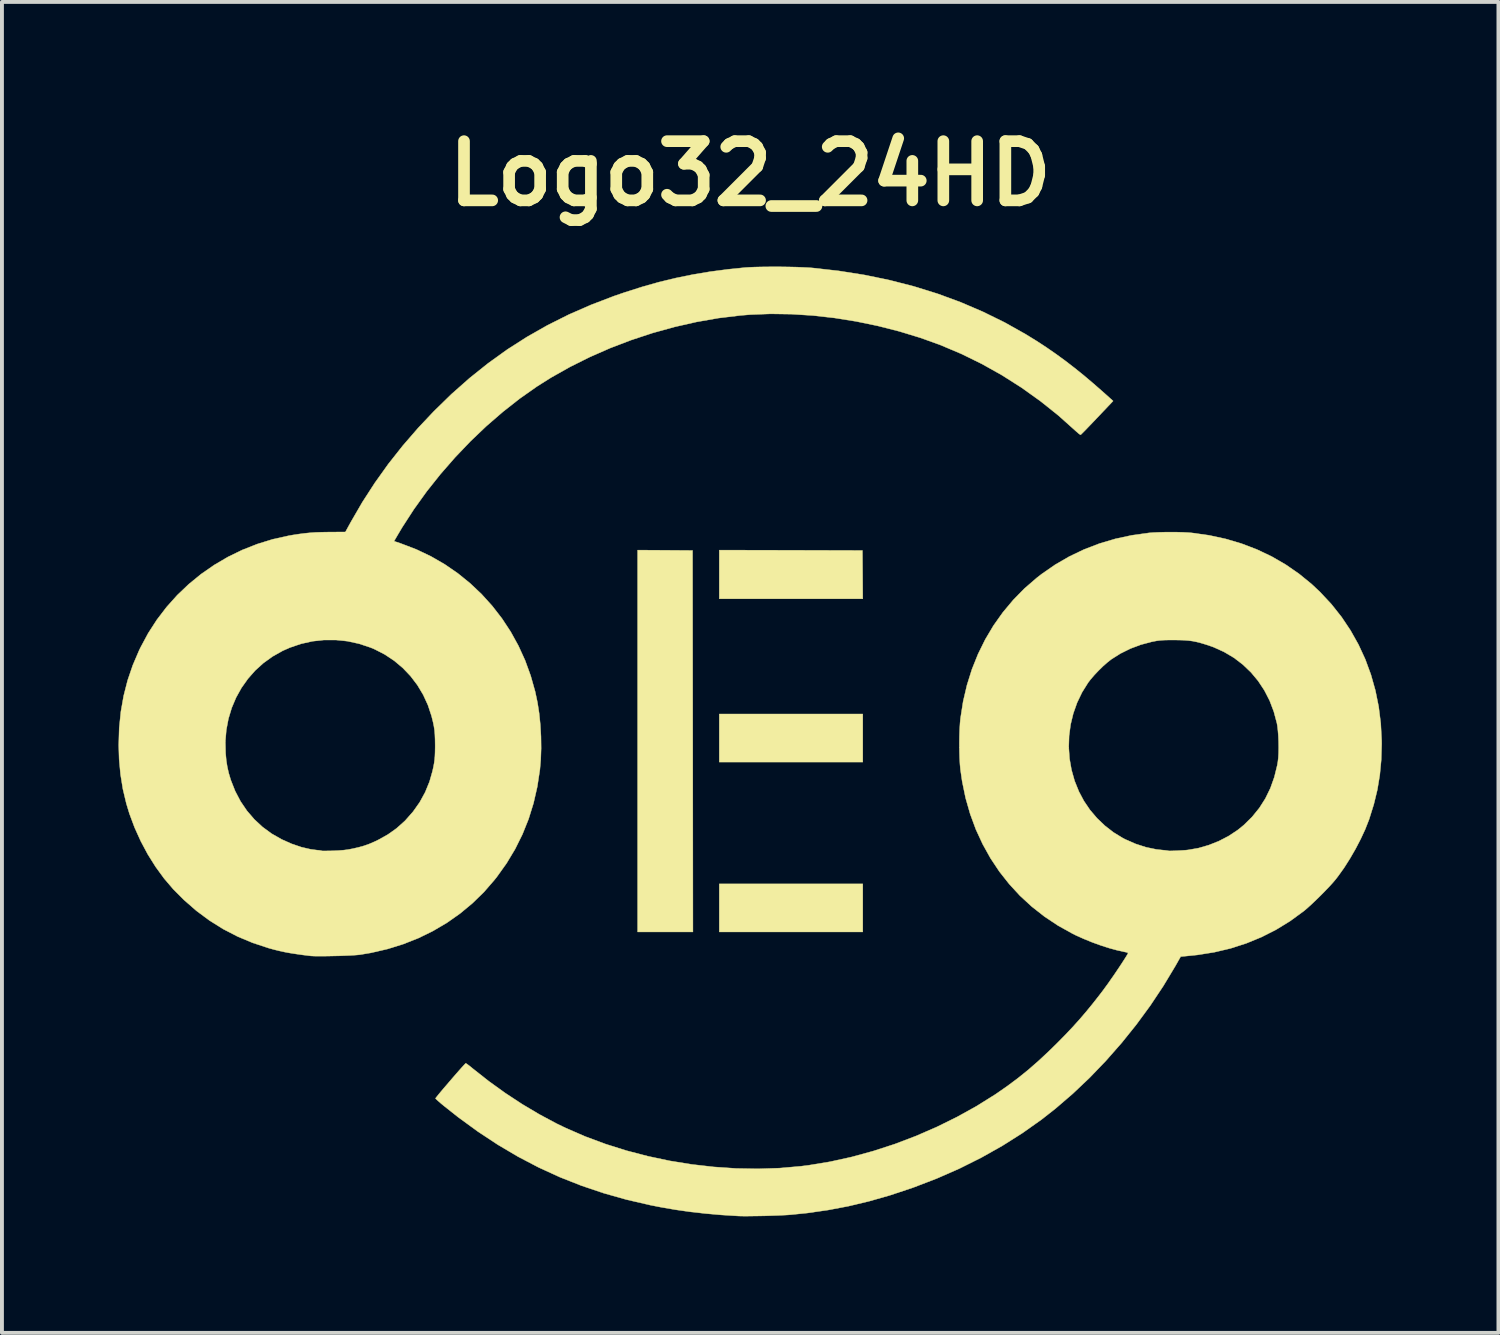
<source format=kicad_pcb>
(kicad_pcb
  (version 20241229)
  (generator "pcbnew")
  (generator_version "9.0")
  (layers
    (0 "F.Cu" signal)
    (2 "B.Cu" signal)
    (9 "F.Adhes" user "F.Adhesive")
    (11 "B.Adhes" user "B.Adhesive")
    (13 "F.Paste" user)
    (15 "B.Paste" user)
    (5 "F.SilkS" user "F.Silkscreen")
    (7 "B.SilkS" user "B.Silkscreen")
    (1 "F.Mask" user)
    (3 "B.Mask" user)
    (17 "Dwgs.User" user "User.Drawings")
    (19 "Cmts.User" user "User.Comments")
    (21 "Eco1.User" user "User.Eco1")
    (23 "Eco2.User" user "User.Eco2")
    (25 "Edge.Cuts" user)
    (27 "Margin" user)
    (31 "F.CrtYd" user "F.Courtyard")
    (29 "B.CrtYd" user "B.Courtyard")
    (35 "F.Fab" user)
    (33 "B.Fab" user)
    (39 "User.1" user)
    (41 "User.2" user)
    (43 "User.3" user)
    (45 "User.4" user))
  (footprint "Logo32_24HD"
    (layer "F.Cu")
    (at 16.259 16.023)
    (property "Reference" "Logo32_24HD" (at 0 -14.605 0) (layer "F.SilkS") (effects (font (size 1.524 1.524) (thickness 0.3))))
    (attr through_hole)
    (fp_poly (pts (xy 2.898 0.542) (xy -0.796 0.542) (xy -0.796 -0.695) (xy 2.898 -0.695) (xy 2.898 0.542)) (stroke (width 0.01) (type solid)) (fill yes) (layer "F.SilkS"))
    (fp_poly (pts (xy 2.898 4.914) (xy -0.796 4.914) (xy -0.796 3.677) (xy 2.898 3.677) (xy 2.898 4.914)) (stroke (width 0.01) (type solid)) (fill yes) (layer "F.SilkS"))
    (fp_poly (pts (xy -2.19 -4.91) (xy -1.483 -4.905) (xy -1.478 0.004) (xy -1.474 4.914) (xy -2.898 4.914) (xy -2.898 -4.914) (xy -2.19 -4.91)) (stroke (width 0.01) (type solid)) (fill yes) (layer "F.SilkS"))
    (fp_poly (pts (xy 1.046 -4.91) (xy 2.889 -4.905) (xy 2.894 -4.283) (xy 2.898 -3.66) (xy -0.796 -3.66) (xy -0.796 -4.914) (xy 1.046 -4.91)) (stroke (width 0.01) (type solid)) (fill yes) (layer "F.SilkS"))
    (fp_poly (pts (xy 0.829 -12.205) (xy 1.017 -12.202) (xy 1.196 -12.198) (xy 1.361 -12.191) (xy 1.505 -12.184) (xy 1.601 -12.177) (xy 2.277 -12.101) (xy 2.937 -11.997) (xy 3.582 -11.864) (xy 4.21 -11.703) (xy 4.822 -11.513) (xy 5.415 -11.295) (xy 5.991 -11.048) (xy 6.549 -10.774) (xy 7.087 -10.472) (xy 7.366 -10.3) (xy 7.619 -10.135) (xy 7.863 -9.966) (xy 8.104 -9.791) (xy 8.344 -9.606) (xy 8.59 -9.408) (xy 8.846 -9.191) (xy 9.116 -8.954) (xy 9.25 -8.834) (xy 9.341 -8.752) (xy 8.931 -8.32) (xy 8.835 -8.219) (xy 8.746 -8.126) (xy 8.667 -8.044) (xy 8.601 -7.976) (xy 8.55 -7.925) (xy 8.517 -7.892) (xy 8.505 -7.882) (xy 8.487 -7.89) (xy 8.45 -7.917) (xy 8.403 -7.958) (xy 8.383 -7.976) (xy 7.936 -8.376) (xy 7.469 -8.749) (xy 6.984 -9.096) (xy 6.482 -9.415) (xy 5.965 -9.705) (xy 5.435 -9.965) (xy 4.894 -10.194) (xy 4.38 -10.379) (xy 3.835 -10.545) (xy 3.281 -10.686) (xy 2.724 -10.801) (xy 2.167 -10.89) (xy 1.612 -10.952) (xy 1.064 -10.987) (xy 0.526 -10.995) (xy 0.000252 -10.975) (xy -0.254 -10.954) (xy -0.816 -10.886) (xy -1.381 -10.787) (xy -1.945 -10.659) (xy -2.506 -10.504) (xy -3.059 -10.322) (xy -3.601 -10.115) (xy -4.128 -9.884) (xy -4.637 -9.63) (xy -5.125 -9.355) (xy -5.49 -9.125) (xy -5.932 -8.814) (xy -6.366 -8.473) (xy -6.791 -8.105) (xy -7.202 -7.713) (xy -7.597 -7.299) (xy -7.973 -6.868) (xy -8.327 -6.423) (xy -8.656 -5.965) (xy -8.957 -5.5) (xy -9.068 -5.313) (xy -9.167 -5.144) (xy -8.985 -5.082) (xy -8.593 -4.932) (xy -8.219 -4.754) (xy -7.862 -4.548) (xy -7.525 -4.316) (xy -7.208 -4.059) (xy -6.912 -3.779) (xy -6.639 -3.477) (xy -6.389 -3.154) (xy -6.164 -2.812) (xy -5.965 -2.451) (xy -5.793 -2.074) (xy -5.65 -1.681) (xy -5.535 -1.274) (xy -5.475 -0.991) (xy -5.432 -0.715) (xy -5.402 -0.42) (xy -5.385 -0.116) (xy -5.381 0.188) (xy -5.391 0.48) (xy -5.413 0.737) (xy -5.48 1.176) (xy -5.577 1.6) (xy -5.704 2.008) (xy -5.862 2.401) (xy -6.05 2.78) (xy -6.268 3.143) (xy -6.517 3.492) (xy -6.581 3.573) (xy -6.854 3.888) (xy -7.151 4.177) (xy -7.468 4.44) (xy -7.806 4.678) (xy -8.163 4.888) (xy -8.538 5.072) (xy -8.93 5.227) (xy -9.338 5.354) (xy -9.762 5.452) (xy -10.048 5.5) (xy -10.111 5.506) (xy -10.201 5.513) (xy -10.312 5.519) (xy -10.438 5.524) (xy -10.575 5.529) (xy -10.715 5.532) (xy -10.854 5.535) (xy -10.986 5.537) (xy -11.105 5.537) (xy -11.205 5.536) (xy -11.282 5.533) (xy -11.319 5.53) (xy -11.521 5.505) (xy -11.696 5.48) (xy -11.85 5.456) (xy -11.99 5.43) (xy -12.121 5.401) (xy -12.251 5.369) (xy -12.386 5.332) (xy -12.403 5.327) (xy -12.808 5.193) (xy -13.195 5.031) (xy -13.564 4.84) (xy -13.916 4.62) (xy -14.252 4.371) (xy -14.572 4.092) (xy -14.85 3.813) (xy -15.084 3.539) (xy -15.303 3.239) (xy -15.505 2.917) (xy -15.686 2.578) (xy -15.845 2.226) (xy -15.979 1.867) (xy -16.057 1.61) (xy -16.146 1.237) (xy -16.207 0.859) (xy -16.243 0.469) (xy -16.254 0.102) (xy -16.251 0.012) (xy -13.509 0.012) (xy -13.502 0.313) (xy -13.485 0.498) (xy -13.459 0.663) (xy -13.423 0.823) (xy -13.373 0.99) (xy -13.367 1.008) (xy -13.256 1.289) (xy -13.118 1.552) (xy -12.954 1.794) (xy -12.765 2.014) (xy -12.553 2.211) (xy -12.318 2.384) (xy -12.062 2.53) (xy -12.056 2.533) (xy -11.802 2.646) (xy -11.553 2.731) (xy -11.312 2.787) (xy -11.15 2.808) (xy -11.092 2.813) (xy -11.049 2.82) (xy -11.031 2.825) (xy -11.012 2.828) (xy -10.965 2.829) (xy -10.895 2.828) (xy -10.809 2.827) (xy -10.734 2.825) (xy -10.587 2.818) (xy -10.462 2.808) (xy -10.347 2.793) (xy -10.237 2.772) (xy -10.079 2.736) (xy -9.94 2.697) (xy -9.807 2.65) (xy -9.668 2.59) (xy -9.565 2.54) (xy -9.324 2.405) (xy -9.103 2.248) (xy -8.896 2.063) (xy -8.875 2.042) (xy -8.677 1.817) (xy -8.506 1.575) (xy -8.365 1.317) (xy -8.254 1.045) (xy -8.178 0.779) (xy -8.153 0.667) (xy -8.135 0.57) (xy -8.123 0.481) (xy -8.115 0.389) (xy -8.111 0.285) (xy -8.109 0.161) (xy -8.109 0.102) (xy -8.111 -0.046) (xy -8.116 -0.169) (xy -8.125 -0.278) (xy -8.141 -0.381) (xy -8.163 -0.488) (xy -8.193 -0.608) (xy -8.202 -0.644) (xy -8.295 -0.925) (xy -8.417 -1.191) (xy -8.567 -1.441) (xy -8.742 -1.671) (xy -8.941 -1.88) (xy -9.162 -2.066) (xy -9.404 -2.227) (xy -9.664 -2.361) (xy -9.776 -2.408) (xy -10.069 -2.505) (xy -10.368 -2.57) (xy -10.669 -2.601) (xy -10.969 -2.601) (xy -11.268 -2.568) (xy -11.562 -2.502) (xy -11.85 -2.404) (xy -12.039 -2.32) (xy -12.294 -2.176) (xy -12.529 -2.007) (xy -12.741 -1.815) (xy -12.929 -1.601) (xy -13.094 -1.368) (xy -13.233 -1.118) (xy -13.345 -0.853) (xy -13.429 -0.575) (xy -13.484 -0.286) (xy -13.509 0.012) (xy -16.251 0.012) (xy -16.241 -0.335) (xy -16.198 -0.757) (xy -16.126 -1.165) (xy -16.024 -1.563) (xy -15.891 -1.953) (xy -15.726 -2.338) (xy -15.692 -2.408) (xy -15.495 -2.775) (xy -15.271 -3.122) (xy -15.021 -3.449) (xy -14.747 -3.755) (xy -14.451 -4.037) (xy -14.134 -4.296) (xy -13.797 -4.53) (xy -13.443 -4.738) (xy -13.073 -4.918) (xy -12.687 -5.07) (xy -12.289 -5.193) (xy -11.879 -5.284) (xy -11.777 -5.302) (xy -11.614 -5.327) (xy -11.468 -5.346) (xy -11.328 -5.36) (xy -11.185 -5.37) (xy -11.03 -5.375) (xy -10.851 -5.378) (xy -10.814 -5.378) (xy -10.419 -5.381) (xy -10.28 -5.635) (xy -9.982 -6.149) (xy -9.661 -6.645) (xy -9.317 -7.127) (xy -8.945 -7.598) (xy -8.544 -8.061) (xy -8.142 -8.487) (xy -7.688 -8.93) (xy -7.223 -9.341) (xy -6.745 -9.723) (xy -6.253 -10.077) (xy -5.744 -10.402) (xy -5.216 -10.702) (xy -4.669 -10.976) (xy -4.1 -11.225) (xy -3.507 -11.452) (xy -3.236 -11.545) (xy -2.787 -11.688) (xy -2.349 -11.812) (xy -1.915 -11.917) (xy -1.478 -12.006) (xy -1.031 -12.081) (xy -0.565 -12.142) (xy -0.136 -12.186) (xy -0.024 -12.193) (xy 0.115 -12.199) (xy 0.276 -12.203) (xy 0.453 -12.205) (xy 0.639 -12.206) (xy 0.829 -12.205)) (stroke (width 0.01) (type solid)) (fill yes) (layer "F.SilkS"))
    (fp_poly (pts (xy 10.99 -5.376) (xy 11.141 -5.372) (xy 11.274 -5.365) (xy 11.37 -5.357) (xy 11.811 -5.295) (xy 12.237 -5.203) (xy 12.648 -5.081) (xy 13.043 -4.93) (xy 13.422 -4.75) (xy 13.783 -4.541) (xy 14.126 -4.304) (xy 14.451 -4.039) (xy 14.67 -3.833) (xy 14.959 -3.523) (xy 15.22 -3.194) (xy 15.452 -2.847) (xy 15.656 -2.484) (xy 15.831 -2.105) (xy 15.976 -1.711) (xy 16.091 -1.304) (xy 16.176 -0.885) (xy 16.23 -0.454) (xy 16.253 -0.013) (xy 16.254 0.076) (xy 16.242 0.484) (xy 16.205 0.875) (xy 16.142 1.255) (xy 16.051 1.63) (xy 15.933 2.007) (xy 15.92 2.042) (xy 15.828 2.276) (xy 15.713 2.523) (xy 15.582 2.775) (xy 15.438 3.024) (xy 15.287 3.262) (xy 15.132 3.479) (xy 15.071 3.558) (xy 15.002 3.64) (xy 14.913 3.738) (xy 14.809 3.847) (xy 14.697 3.961) (xy 14.581 4.075) (xy 14.468 4.183) (xy 14.362 4.28) (xy 14.271 4.359) (xy 14.237 4.386) (xy 13.894 4.636) (xy 13.535 4.856) (xy 13.16 5.046) (xy 12.769 5.207) (xy 12.365 5.337) (xy 11.946 5.436) (xy 11.514 5.505) (xy 11.382 5.519) (xy 11.08 5.549) (xy 10.944 5.789) (xy 10.634 6.304) (xy 10.298 6.809) (xy 9.937 7.301) (xy 9.555 7.776) (xy 9.153 8.233) (xy 8.735 8.668) (xy 8.302 9.078) (xy 7.858 9.46) (xy 7.499 9.742) (xy 7.006 10.091) (xy 6.489 10.418) (xy 5.949 10.722) (xy 5.387 11.003) (xy 4.804 11.259) (xy 4.203 11.49) (xy 3.595 11.693) (xy 3.058 11.846) (xy 2.53 11.972) (xy 2.003 12.072) (xy 1.467 12.149) (xy 1.042 12.192) (xy 0.949 12.199) (xy 0.831 12.205) (xy 0.694 12.211) (xy 0.544 12.216) (xy 0.388 12.221) (xy 0.231 12.224) (xy 0.08 12.226) (xy -0.059 12.228) (xy -0.18 12.228) (xy -0.277 12.226) (xy -0.322 12.224) (xy -0.753 12.197) (xy -1.159 12.161) (xy -1.548 12.117) (xy -1.925 12.063) (xy -2.301 11.998) (xy -2.576 11.944) (xy -3.185 11.803) (xy -3.775 11.636) (xy -4.347 11.443) (xy -4.904 11.223) (xy -5.447 10.974) (xy -5.978 10.696) (xy -6.499 10.388) (xy -7.013 10.049) (xy -7.521 9.678) (xy -7.883 9.391) (xy -7.956 9.331) (xy -8.018 9.277) (xy -8.065 9.235) (xy -8.093 9.207) (xy -8.1 9.199) (xy -8.089 9.182) (xy -8.059 9.144) (xy -8.013 9.087) (xy -7.954 9.016) (xy -7.885 8.934) (xy -7.808 8.845) (xy -7.729 8.752) (xy -7.648 8.658) (xy -7.57 8.568) (xy -7.497 8.485) (xy -7.433 8.413) (xy -7.38 8.355) (xy -7.343 8.315) (xy -7.323 8.295) (xy -7.321 8.294) (xy -7.302 8.305) (xy -7.263 8.333) (xy -7.209 8.374) (xy -7.146 8.426) (xy -7.136 8.434) (xy -6.729 8.755) (xy -6.304 9.061) (xy -5.867 9.348) (xy -5.424 9.611) (xy -4.981 9.848) (xy -4.749 9.96) (xy -4.248 10.178) (xy -3.726 10.372) (xy -3.187 10.542) (xy -2.635 10.686) (xy -2.074 10.805) (xy -1.506 10.897) (xy -0.936 10.962) (xy -0.367 11.001) (xy 0.198 11.011) (xy 0.755 10.993) (xy 1.3 10.945) (xy 1.5 10.92) (xy 2.052 10.829) (xy 2.608 10.707) (xy 3.166 10.554) (xy 3.72 10.374) (xy 4.267 10.166) (xy 4.803 9.933) (xy 5.324 9.676) (xy 5.827 9.397) (xy 6.307 9.097) (xy 6.329 9.082) (xy 6.617 8.882) (xy 6.892 8.677) (xy 7.16 8.461) (xy 7.426 8.228) (xy 7.697 7.975) (xy 7.889 7.787) (xy 8.104 7.569) (xy 8.298 7.364) (xy 8.478 7.164) (xy 8.652 6.961) (xy 8.825 6.749) (xy 9.005 6.519) (xy 9.085 6.414) (xy 9.145 6.331) (xy 9.214 6.237) (xy 9.286 6.133) (xy 9.361 6.026) (xy 9.435 5.917) (xy 9.506 5.811) (xy 9.571 5.712) (xy 9.628 5.624) (xy 9.675 5.55) (xy 9.708 5.495) (xy 9.724 5.462) (xy 9.726 5.456) (xy 9.711 5.446) (xy 9.671 5.435) (xy 9.614 5.423) (xy 9.612 5.422) (xy 9.431 5.382) (xy 9.23 5.327) (xy 9.017 5.258) (xy 8.799 5.179) (xy 8.586 5.092) (xy 8.383 5.001) (xy 8.295 4.957) (xy 7.923 4.75) (xy 7.574 4.518) (xy 7.247 4.261) (xy 6.944 3.982) (xy 6.666 3.68) (xy 6.412 3.358) (xy 6.184 3.015) (xy 5.983 2.653) (xy 5.808 2.274) (xy 5.662 1.878) (xy 5.544 1.466) (xy 5.456 1.04) (xy 5.412 0.737) (xy 5.399 0.598) (xy 5.39 0.435) (xy 5.385 0.255) (xy 5.384 0.159) (xy 8.199 0.159) (xy 8.219 0.452) (xy 8.27 0.742) (xy 8.35 1.026) (xy 8.461 1.301) (xy 8.589 1.542) (xy 8.744 1.771) (xy 8.926 1.985) (xy 9.13 2.18) (xy 9.352 2.352) (xy 9.587 2.496) (xy 9.65 2.529) (xy 9.919 2.647) (xy 10.188 2.734) (xy 10.453 2.789) (xy 10.616 2.807) (xy 10.68 2.813) (xy 10.73 2.819) (xy 10.758 2.824) (xy 10.76 2.825) (xy 10.779 2.828) (xy 10.825 2.828) (xy 10.89 2.826) (xy 10.969 2.823) (xy 11.052 2.819) (xy 11.135 2.814) (xy 11.209 2.809) (xy 11.267 2.803) (xy 11.268 2.803) (xy 11.538 2.756) (xy 11.806 2.678) (xy 12.068 2.573) (xy 12.316 2.444) (xy 12.546 2.292) (xy 12.705 2.163) (xy 12.919 1.952) (xy 13.104 1.724) (xy 13.26 1.479) (xy 13.389 1.214) (xy 13.49 0.93) (xy 13.565 0.626) (xy 13.581 0.534) (xy 13.593 0.433) (xy 13.6 0.308) (xy 13.602 0.167) (xy 13.6 0.018) (xy 13.594 -0.13) (xy 13.583 -0.268) (xy 13.569 -0.388) (xy 13.557 -0.458) (xy 13.477 -0.757) (xy 13.37 -1.039) (xy 13.235 -1.302) (xy 13.075 -1.545) (xy 12.89 -1.767) (xy 12.682 -1.966) (xy 12.452 -2.142) (xy 12.201 -2.291) (xy 11.93 -2.415) (xy 11.742 -2.48) (xy 11.61 -2.52) (xy 11.494 -2.55) (xy 11.386 -2.572) (xy 11.278 -2.586) (xy 11.161 -2.595) (xy 11.027 -2.599) (xy 10.895 -2.6) (xy 10.772 -2.6) (xy 10.675 -2.598) (xy 10.596 -2.594) (xy 10.528 -2.588) (xy 10.463 -2.579) (xy 10.393 -2.566) (xy 10.33 -2.553) (xy 10.052 -2.479) (xy 9.783 -2.378) (xy 9.529 -2.252) (xy 9.298 -2.106) (xy 9.196 -2.026) (xy 9.082 -1.926) (xy 8.967 -1.813) (xy 8.857 -1.697) (xy 8.76 -1.584) (xy 8.698 -1.503) (xy 8.541 -1.252) (xy 8.414 -0.987) (xy 8.316 -0.71) (xy 8.247 -0.425) (xy 8.208 -0.134) (xy 8.199 0.159) (xy 5.384 0.159) (xy 5.383 0.066) (xy 5.385 -0.121) (xy 5.391 -0.3) (xy 5.401 -0.461) (xy 5.413 -0.585) (xy 5.481 -1.02) (xy 5.58 -1.442) (xy 5.708 -1.849) (xy 5.865 -2.24) (xy 6.05 -2.615) (xy 6.262 -2.972) (xy 6.502 -3.31) (xy 6.768 -3.629) (xy 7.059 -3.926) (xy 7.376 -4.2) (xy 7.502 -4.298) (xy 7.848 -4.538) (xy 8.211 -4.748) (xy 8.591 -4.93) (xy 8.987 -5.082) (xy 9.397 -5.204) (xy 9.82 -5.295) (xy 10.255 -5.356) (xy 10.263 -5.357) (xy 10.377 -5.366) (xy 10.515 -5.372) (xy 10.669 -5.376) (xy 10.83 -5.377) (xy 10.99 -5.376)) (stroke (width 0.01) (type solid)) (fill yes) (layer "F.SilkS")))
  (gr_rect
    (start -3 -3)
    (end 35.518 31.256)
    (stroke (width 0.1) (type default))
    (fill no)
    (layer "Edge.Cuts")))
</source>
